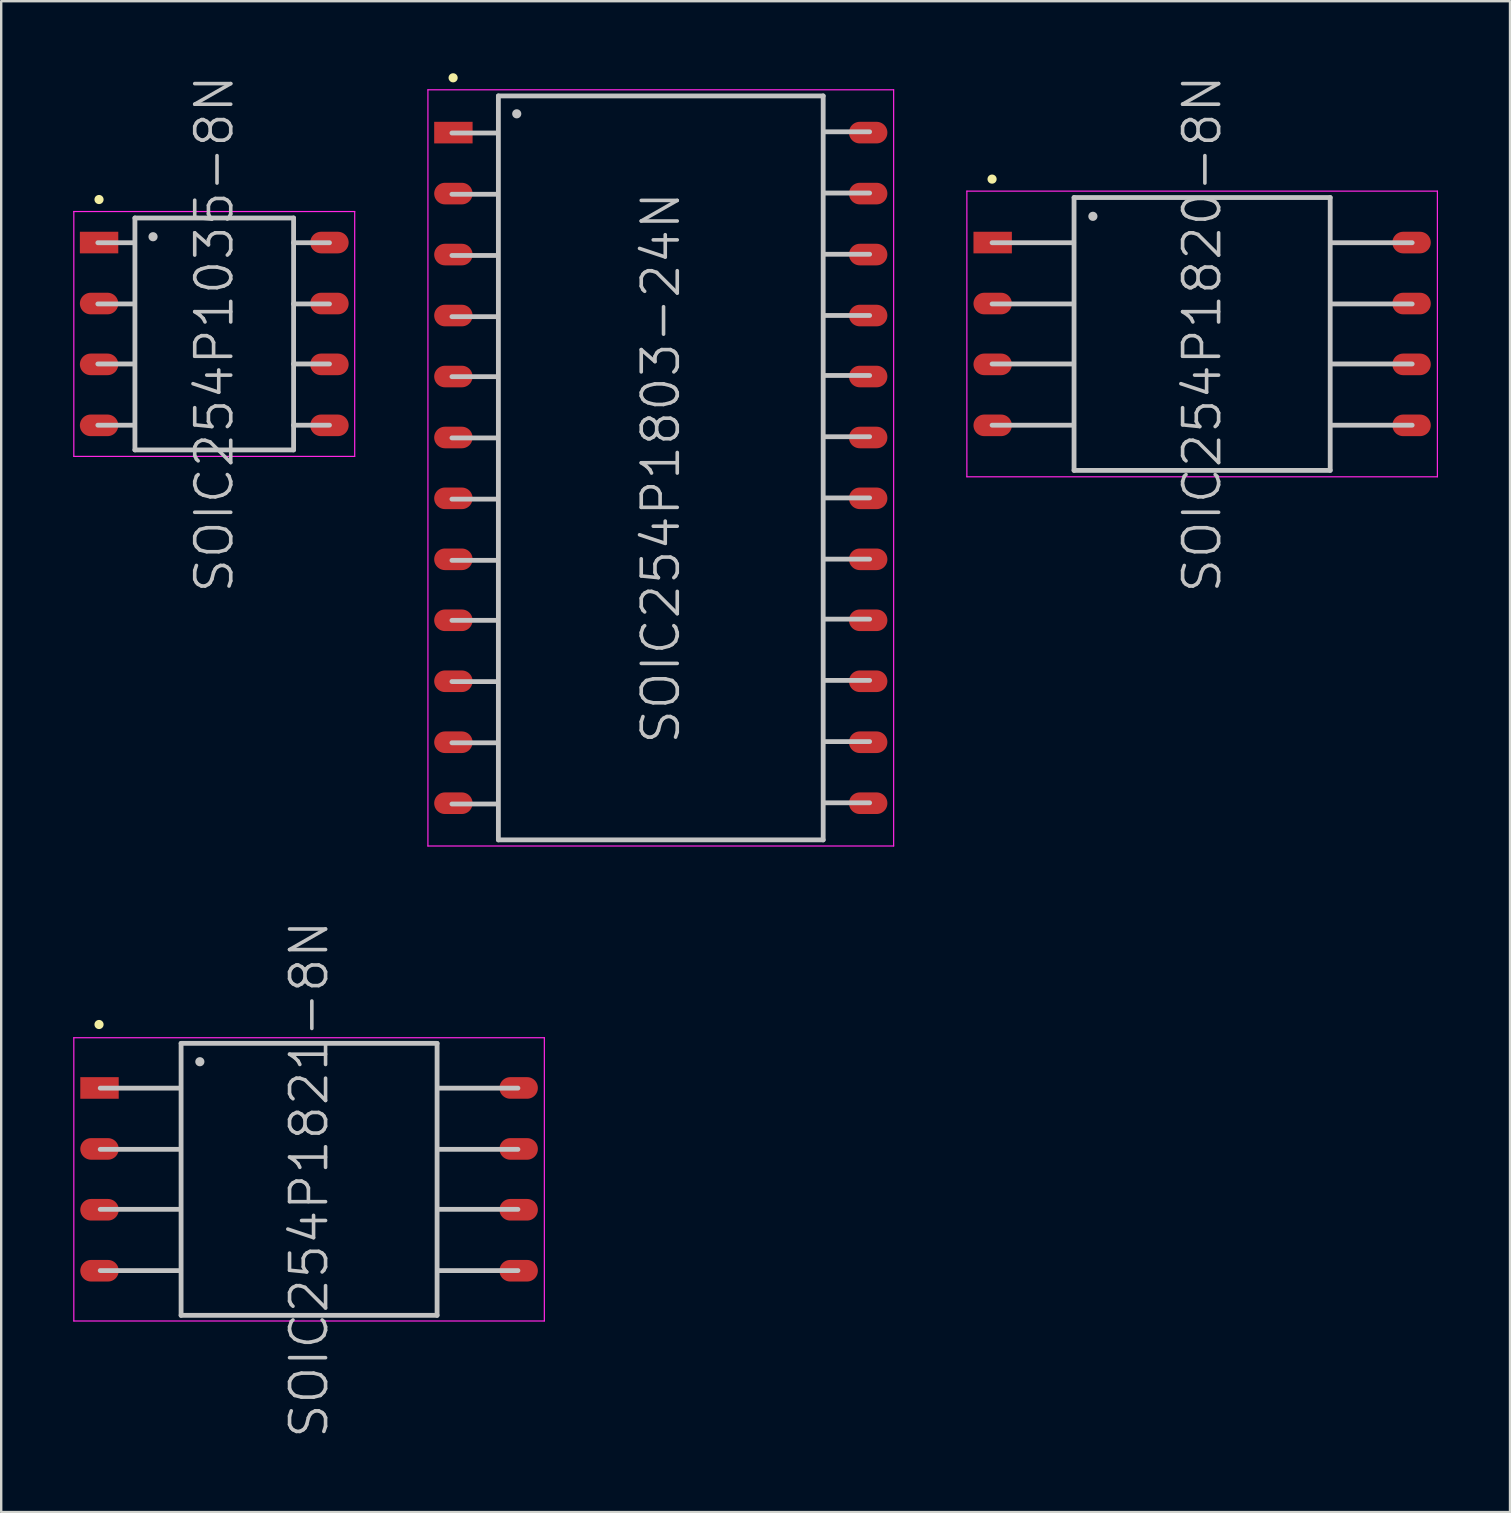
<source format=kicad_pcb>
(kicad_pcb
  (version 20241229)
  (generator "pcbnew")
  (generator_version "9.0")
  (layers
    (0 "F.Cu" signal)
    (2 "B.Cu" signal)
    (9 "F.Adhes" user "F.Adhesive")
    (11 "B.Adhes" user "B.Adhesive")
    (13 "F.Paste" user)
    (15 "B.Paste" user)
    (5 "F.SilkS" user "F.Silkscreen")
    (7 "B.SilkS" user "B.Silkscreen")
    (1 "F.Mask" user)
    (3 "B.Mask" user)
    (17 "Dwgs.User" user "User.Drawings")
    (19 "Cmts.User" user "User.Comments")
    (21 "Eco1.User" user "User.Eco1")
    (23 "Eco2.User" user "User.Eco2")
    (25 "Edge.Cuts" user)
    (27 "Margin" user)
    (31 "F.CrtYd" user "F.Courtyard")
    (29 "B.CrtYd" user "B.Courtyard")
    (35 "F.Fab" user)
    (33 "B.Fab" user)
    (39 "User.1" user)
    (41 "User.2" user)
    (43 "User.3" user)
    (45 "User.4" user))
  (footprint "SOIC254P1803-24N"
    (layer "F.Cu")
    (at 24.475 16.441)
    (property "Reference" "SOIC254P1803-24N" (at 0 0 90) (layer "Dwgs.User") (effects (font (size 1.5 1.5) (thickness 0.15))))
    (attr smd)
    (fp_line (start -8.65 -16.25) (end -8.65 -16.25) (stroke (width 0.381) (type solid)) (layer "F.SilkS"))
    (fp_line (start -8.7 -13.95) (end -6.8 -13.95) (stroke (width 0.2) (type solid)) (layer "Dwgs.User"))
    (fp_line (start -8.7 -11.4) (end -6.8 -11.4) (stroke (width 0.2) (type solid)) (layer "Dwgs.User"))
    (fp_line (start -8.7 -8.85) (end -6.8 -8.85) (stroke (width 0.2) (type solid)) (layer "Dwgs.User"))
    (fp_line (start -8.7 -6.3) (end -6.8 -6.3) (stroke (width 0.2) (type solid)) (layer "Dwgs.User"))
    (fp_line (start -8.7 -3.8) (end -6.8 -3.8) (stroke (width 0.2) (type solid)) (layer "Dwgs.User"))
    (fp_line (start -8.7 -1.25) (end -6.8 -1.25) (stroke (width 0.2) (type solid)) (layer "Dwgs.User"))
    (fp_line (start -8.7 1.3) (end -6.8 1.3) (stroke (width 0.2) (type solid)) (layer "Dwgs.User"))
    (fp_line (start -8.7 3.85) (end -6.8 3.85) (stroke (width 0.2) (type solid)) (layer "Dwgs.User"))
    (fp_line (start -8.7 6.35) (end -6.8 6.35) (stroke (width 0.2) (type solid)) (layer "Dwgs.User"))
    (fp_line (start -8.7 8.9) (end -6.8 8.9) (stroke (width 0.2) (type solid)) (layer "Dwgs.User"))
    (fp_line (start -8.7 11.45) (end -6.8 11.45) (stroke (width 0.2) (type solid)) (layer "Dwgs.User"))
    (fp_line (start -8.7 14) (end -6.8 14) (stroke (width 0.2) (type solid)) (layer "Dwgs.User"))
    (fp_line (start -6.765 -15.495) (end -6.765 15.495) (stroke (width 0.2) (type solid)) (layer "Dwgs.User"))
    (fp_line (start -6.765 -15.495) (end 6.765 -15.495) (stroke (width 0.2) (type solid)) (layer "Dwgs.User"))
    (fp_line (start -6.765 15.495) (end 6.765 15.495) (stroke (width 0.2) (type solid)) (layer "Dwgs.User"))
    (fp_line (start -6 -14.75) (end -6 -14.75) (stroke (width 0.381) (type solid)) (layer "Dwgs.User"))
    (fp_line (start 6.765 -15.495) (end 6.765 15.495) (stroke (width 0.2) (type solid)) (layer "Dwgs.User"))
    (fp_line (start 6.8 -14) (end 8.7 -14) (stroke (width 0.2) (type solid)) (layer "Dwgs.User"))
    (fp_line (start 6.8 -11.45) (end 8.7 -11.45) (stroke (width 0.2) (type solid)) (layer "Dwgs.User"))
    (fp_line (start 6.8 -8.9) (end 8.7 -8.9) (stroke (width 0.2) (type solid)) (layer "Dwgs.User"))
    (fp_line (start 6.8 -6.35) (end 8.7 -6.35) (stroke (width 0.2) (type solid)) (layer "Dwgs.User"))
    (fp_line (start 6.8 -3.85) (end 8.7 -3.85) (stroke (width 0.2) (type solid)) (layer "Dwgs.User"))
    (fp_line (start 6.8 -1.3) (end 8.7 -1.3) (stroke (width 0.2) (type solid)) (layer "Dwgs.User"))
    (fp_line (start 6.8 1.25) (end 8.7 1.25) (stroke (width 0.2) (type solid)) (layer "Dwgs.User"))
    (fp_line (start 6.8 3.8) (end 8.7 3.8) (stroke (width 0.2) (type solid)) (layer "Dwgs.User"))
    (fp_line (start 6.8 6.3) (end 8.7 6.3) (stroke (width 0.2) (type solid)) (layer "Dwgs.User"))
    (fp_line (start 6.8 8.85) (end 8.7 8.85) (stroke (width 0.2) (type solid)) (layer "Dwgs.User"))
    (fp_line (start 6.8 11.4) (end 8.7 11.4) (stroke (width 0.2) (type solid)) (layer "Dwgs.User"))
    (fp_line (start 6.8 13.95) (end 8.7 13.95) (stroke (width 0.2) (type solid)) (layer "Dwgs.User"))
    (fp_line (start -9.7 -15.75) (end -9.7 15.75) (stroke (width 0.05) (type solid)) (layer "F.CrtYd"))
    (fp_line (start -9.7 -15.75) (end 9.7 -15.75) (stroke (width 0.05) (type solid)) (layer "F.CrtYd"))
    (fp_line (start -9.7 15.75) (end 9.7 15.75) (stroke (width 0.05) (type solid)) (layer "F.CrtYd"))
    (fp_line (start 9.7 -15.75) (end 9.7 15.75) (stroke (width 0.05) (type solid)) (layer "F.CrtYd"))
    (pad "1" smd rect (at -8.639 -13.967 180) (size 1.6 0.9) (layers "F.Cu" "F.Mask" "F.Paste"))
    (pad "2" smd oval (at -8.639 -11.427 180) (size 1.6 0.9) (layers "F.Cu" "F.Mask" "F.Paste"))
    (pad "3" smd oval (at -8.639 -8.887 180) (size 1.6 0.9) (layers "F.Cu" "F.Mask" "F.Paste"))
    (pad "4" smd oval (at -8.639 -6.347 180) (size 1.6 0.9) (layers "F.Cu" "F.Mask" "F.Paste"))
    (pad "5" smd oval (at -8.639 -3.807 180) (size 1.6 0.9) (layers "F.Cu" "F.Mask" "F.Paste"))
    (pad "6" smd oval (at -8.639 -1.267 180) (size 1.6 0.9) (layers "F.Cu" "F.Mask" "F.Paste"))
    (pad "7" smd oval (at -8.639 1.267 180) (size 1.6 0.9) (layers "F.Cu" "F.Mask" "F.Paste"))
    (pad "8" smd oval (at -8.639 3.807 180) (size 1.6 0.9) (layers "F.Cu" "F.Mask" "F.Paste"))
    (pad "9" smd oval (at -8.639 6.347 180) (size 1.6 0.9) (layers "F.Cu" "F.Mask" "F.Paste"))
    (pad "10" smd oval (at -8.639 8.887 180) (size 1.6 0.9) (layers "F.Cu" "F.Mask" "F.Paste"))
    (pad "11" smd oval (at -8.639 11.427 180) (size 1.6 0.9) (layers "F.Cu" "F.Mask" "F.Paste"))
    (pad "12" smd oval (at -8.639 13.967 180) (size 1.6 0.9) (layers "F.Cu" "F.Mask" "F.Paste"))
    (pad "13" smd oval (at 8.639 13.967) (size 1.6 0.9) (layers "F.Cu" "F.Mask" "F.Paste"))
    (pad "14" smd oval (at 8.639 11.427) (size 1.6 0.9) (layers "F.Cu" "F.Mask" "F.Paste"))
    (pad "15" smd oval (at 8.639 8.887) (size 1.6 0.9) (layers "F.Cu" "F.Mask" "F.Paste"))
    (pad "16" smd oval (at 8.639 6.347) (size 1.6 0.9) (layers "F.Cu" "F.Mask" "F.Paste"))
    (pad "17" smd oval (at 8.639 3.807) (size 1.6 0.9) (layers "F.Cu" "F.Mask" "F.Paste"))
    (pad "18" smd oval (at 8.639 1.267) (size 1.6 0.9) (layers "F.Cu" "F.Mask" "F.Paste"))
    (pad "19" smd oval (at 8.639 -1.267) (size 1.6 0.9) (layers "F.Cu" "F.Mask" "F.Paste"))
    (pad "20" smd oval (at 8.639 -3.807) (size 1.6 0.9) (layers "F.Cu" "F.Mask" "F.Paste"))
    (pad "21" smd oval (at 8.639 -6.347) (size 1.6 0.9) (layers "F.Cu" "F.Mask" "F.Paste"))
    (pad "22" smd oval (at 8.639 -8.887) (size 1.6 0.9) (layers "F.Cu" "F.Mask" "F.Paste"))
    (pad "23" smd oval (at 8.639 -11.427) (size 1.6 0.9) (layers "F.Cu" "F.Mask" "F.Paste"))
    (pad "24" smd oval (at 8.639 -13.967) (size 1.6 0.9) (layers "F.Cu" "F.Mask" "F.Paste")))
  (footprint "SOIC254P1820-8N"
    (layer "F.Cu")
    (at 47.025 10.861)
    (property "Reference" "SOIC254P1820-8N" (at 0 0 90) (layer "Dwgs.User") (effects (font (size 1.5 1.5) (thickness 0.15))))
    (attr smd)
    (fp_line (start -8.75 -6.45) (end -8.75 -6.45) (stroke (width 0.381) (type solid)) (layer "F.SilkS"))
    (fp_line (start -8.75 -3.8) (end -5.35 -3.8) (stroke (width 0.2) (type solid)) (layer "Dwgs.User"))
    (fp_line (start -8.75 -1.25) (end -5.35 -1.25) (stroke (width 0.2) (type solid)) (layer "Dwgs.User"))
    (fp_line (start -8.75 1.25) (end -5.35 1.25) (stroke (width 0.2) (type solid)) (layer "Dwgs.User"))
    (fp_line (start -8.75 3.8) (end -5.35 3.8) (stroke (width 0.2) (type solid)) (layer "Dwgs.User"))
    (fp_line (start -5.335 -5.683) (end -5.335 5.683) (stroke (width 0.2) (type solid)) (layer "Dwgs.User"))
    (fp_line (start -5.335 -5.683) (end 5.335 -5.683) (stroke (width 0.2) (type solid)) (layer "Dwgs.User"))
    (fp_line (start -5.335 5.683) (end 5.335 5.683) (stroke (width 0.2) (type solid)) (layer "Dwgs.User"))
    (fp_line (start -4.55 -4.9) (end -4.55 -4.9) (stroke (width 0.381) (type solid)) (layer "Dwgs.User"))
    (fp_line (start 5.335 -5.683) (end 5.335 5.683) (stroke (width 0.2) (type solid)) (layer "Dwgs.User"))
    (fp_line (start 5.35 -3.8) (end 8.75 -3.8) (stroke (width 0.2) (type solid)) (layer "Dwgs.User"))
    (fp_line (start 5.35 -1.25) (end 8.75 -1.25) (stroke (width 0.2) (type solid)) (layer "Dwgs.User"))
    (fp_line (start 5.35 1.25) (end 8.75 1.25) (stroke (width 0.2) (type solid)) (layer "Dwgs.User"))
    (fp_line (start 5.35 3.8) (end 8.75 3.8) (stroke (width 0.2) (type solid)) (layer "Dwgs.User"))
    (fp_line (start -9.8 -5.95) (end -9.8 5.95) (stroke (width 0.05) (type solid)) (layer "F.CrtYd"))
    (fp_line (start -9.8 -5.95) (end 9.8 -5.95) (stroke (width 0.05) (type solid)) (layer "F.CrtYd"))
    (fp_line (start -9.8 5.95) (end 9.8 5.95) (stroke (width 0.05) (type solid)) (layer "F.CrtYd"))
    (fp_line (start 9.8 -5.95) (end 9.8 5.95) (stroke (width 0.05) (type solid)) (layer "F.CrtYd"))
    (pad "1" smd rect (at -8.725 -3.807 180) (size 1.6 0.9) (layers "F.Cu" "F.Mask" "F.Paste"))
    (pad "2" smd oval (at -8.725 -1.267 180) (size 1.6 0.9) (layers "F.Cu" "F.Mask" "F.Paste"))
    (pad "3" smd oval (at -8.725 1.267 180) (size 1.6 0.9) (layers "F.Cu" "F.Mask" "F.Paste"))
    (pad "4" smd oval (at -8.725 3.807 180) (size 1.6 0.9) (layers "F.Cu" "F.Mask" "F.Paste"))
    (pad "5" smd oval (at 8.725 3.807) (size 1.6 0.9) (layers "F.Cu" "F.Mask" "F.Paste"))
    (pad "6" smd oval (at 8.725 1.267) (size 1.6 0.9) (layers "F.Cu" "F.Mask" "F.Paste"))
    (pad "7" smd oval (at 8.725 -1.267) (size 1.6 0.9) (layers "F.Cu" "F.Mask" "F.Paste"))
    (pad "8" smd oval (at 8.725 -3.807) (size 1.6 0.9) (layers "F.Cu" "F.Mask" "F.Paste")))
  (footprint "SOIC254P1035-8N"
    (layer "F.Cu")
    (at 5.875 10.861)
    (property "Reference" "SOIC254P1035-8N" (at 0 0 90) (layer "Dwgs.User") (effects (font (size 1.5 1.5) (thickness 0.15))))
    (attr smd)
    (fp_line (start -4.8 -5.6) (end -4.8 -5.6) (stroke (width 0.381) (type solid)) (layer "F.SilkS"))
    (fp_line (start -4.85 -3.8) (end -3.35 -3.8) (stroke (width 0.2) (type solid)) (layer "Dwgs.User"))
    (fp_line (start -4.85 -1.25) (end -3.35 -1.25) (stroke (width 0.2) (type solid)) (layer "Dwgs.User"))
    (fp_line (start -4.85 1.25) (end -3.35 1.25) (stroke (width 0.2) (type solid)) (layer "Dwgs.User"))
    (fp_line (start -4.85 3.8) (end -3.35 3.8) (stroke (width 0.2) (type solid)) (layer "Dwgs.User"))
    (fp_line (start -3.305 -4.83) (end -3.305 4.83) (stroke (width 0.2) (type solid)) (layer "Dwgs.User"))
    (fp_line (start -3.305 -4.83) (end 3.305 -4.83) (stroke (width 0.2) (type solid)) (layer "Dwgs.User"))
    (fp_line (start -3.305 4.83) (end 3.305 4.83) (stroke (width 0.2) (type solid)) (layer "Dwgs.User"))
    (fp_line (start -2.55 -4.05) (end -2.55 -4.05) (stroke (width 0.381) (type solid)) (layer "Dwgs.User"))
    (fp_line (start 3.3 -3.8) (end 4.8 -3.8) (stroke (width 0.2) (type solid)) (layer "Dwgs.User"))
    (fp_line (start 3.3 -1.25) (end 4.8 -1.25) (stroke (width 0.2) (type solid)) (layer "Dwgs.User"))
    (fp_line (start 3.3 1.25) (end 4.8 1.25) (stroke (width 0.2) (type solid)) (layer "Dwgs.User"))
    (fp_line (start 3.3 3.8) (end 4.8 3.8) (stroke (width 0.2) (type solid)) (layer "Dwgs.User"))
    (fp_line (start 3.305 -4.83) (end 3.305 4.83) (stroke (width 0.2) (type solid)) (layer "Dwgs.User"))
    (fp_line (start -5.85 -5.1) (end -5.85 5.1) (stroke (width 0.05) (type solid)) (layer "F.CrtYd"))
    (fp_line (start -5.85 -5.1) (end 5.85 -5.1) (stroke (width 0.05) (type solid)) (layer "F.CrtYd"))
    (fp_line (start -5.85 5.1) (end 5.85 5.1) (stroke (width 0.05) (type solid)) (layer "F.CrtYd"))
    (fp_line (start 5.85 -5.1) (end 5.85 5.1) (stroke (width 0.05) (type solid)) (layer "F.CrtYd"))
    (pad "1" smd rect (at -4.798 -3.807 180) (size 1.6 0.9) (layers "F.Cu" "F.Mask" "F.Paste"))
    (pad "2" smd oval (at -4.798 -1.267 180) (size 1.6 0.9) (layers "F.Cu" "F.Mask" "F.Paste"))
    (pad "3" smd oval (at -4.798 1.267 180) (size 1.6 0.9) (layers "F.Cu" "F.Mask" "F.Paste"))
    (pad "4" smd oval (at -4.798 3.807 180) (size 1.6 0.9) (layers "F.Cu" "F.Mask" "F.Paste"))
    (pad "5" smd oval (at 4.798 3.807) (size 1.6 0.9) (layers "F.Cu" "F.Mask" "F.Paste"))
    (pad "6" smd oval (at 4.798 1.267) (size 1.6 0.9) (layers "F.Cu" "F.Mask" "F.Paste"))
    (pad "7" smd oval (at 4.798 -1.267) (size 1.6 0.9) (layers "F.Cu" "F.Mask" "F.Paste"))
    (pad "8" smd oval (at 4.798 -3.807) (size 1.6 0.9) (layers "F.Cu" "F.Mask" "F.Paste")))
  (footprint "SOIC254P1821-8N"
    (layer "F.Cu")
    (at 9.825 46.076)
    (property "Reference" "SOIC254P1821-8N" (at 0 0 90) (layer "Dwgs.User") (effects (font (size 1.5 1.5) (thickness 0.15))))
    (attr smd)
    (fp_line (start -8.75 -6.45) (end -8.75 -6.45) (stroke (width 0.381) (type solid)) (layer "F.SilkS"))
    (fp_line (start -8.7 -3.8) (end -5.35 -3.8) (stroke (width 0.2) (type solid)) (layer "Dwgs.User"))
    (fp_line (start -8.7 -1.25) (end -5.35 -1.25) (stroke (width 0.2) (type solid)) (layer "Dwgs.User"))
    (fp_line (start -8.7 1.25) (end -5.35 1.25) (stroke (width 0.2) (type solid)) (layer "Dwgs.User"))
    (fp_line (start -8.7 3.8) (end -5.35 3.8) (stroke (width 0.2) (type solid)) (layer "Dwgs.User"))
    (fp_line (start -5.332 -5.665) (end -5.332 5.665) (stroke (width 0.2) (type solid)) (layer "Dwgs.User"))
    (fp_line (start -5.332 -5.665) (end 5.332 -5.665) (stroke (width 0.2) (type solid)) (layer "Dwgs.User"))
    (fp_line (start -5.332 5.665) (end 5.332 5.665) (stroke (width 0.2) (type solid)) (layer "Dwgs.User"))
    (fp_line (start -4.55 -4.9) (end -4.55 -4.9) (stroke (width 0.381) (type solid)) (layer "Dwgs.User"))
    (fp_line (start 5.332 -5.665) (end 5.332 5.665) (stroke (width 0.2) (type solid)) (layer "Dwgs.User"))
    (fp_line (start 5.35 -3.8) (end 8.7 -3.8) (stroke (width 0.2) (type solid)) (layer "Dwgs.User"))
    (fp_line (start 5.35 -1.25) (end 8.7 -1.25) (stroke (width 0.2) (type solid)) (layer "Dwgs.User"))
    (fp_line (start 5.35 1.25) (end 8.7 1.25) (stroke (width 0.2) (type solid)) (layer "Dwgs.User"))
    (fp_line (start 5.35 3.8) (end 8.7 3.8) (stroke (width 0.2) (type solid)) (layer "Dwgs.User"))
    (fp_line (start -9.8 -5.9) (end -9.8 5.9) (stroke (width 0.05) (type solid)) (layer "F.CrtYd"))
    (fp_line (start -9.8 -5.9) (end 9.8 -5.9) (stroke (width 0.05) (type solid)) (layer "F.CrtYd"))
    (fp_line (start -9.8 5.9) (end 9.8 5.9) (stroke (width 0.05) (type solid)) (layer "F.CrtYd"))
    (fp_line (start 9.8 -5.9) (end 9.8 5.9) (stroke (width 0.05) (type solid)) (layer "F.CrtYd"))
    (pad "1" smd rect (at -8.73 -3.807 180) (size 1.6 0.9) (layers "F.Cu" "F.Mask" "F.Paste"))
    (pad "2" smd oval (at -8.73 -1.267 180) (size 1.6 0.9) (layers "F.Cu" "F.Mask" "F.Paste"))
    (pad "3" smd oval (at -8.73 1.267 180) (size 1.6 0.9) (layers "F.Cu" "F.Mask" "F.Paste"))
    (pad "4" smd oval (at -8.73 3.807 180) (size 1.6 0.9) (layers "F.Cu" "F.Mask" "F.Paste"))
    (pad "5" smd oval (at 8.73 3.807) (size 1.6 0.9) (layers "F.Cu" "F.Mask" "F.Paste"))
    (pad "6" smd oval (at 8.73 1.267) (size 1.6 0.9) (layers "F.Cu" "F.Mask" "F.Paste"))
    (pad "7" smd oval (at 8.73 -1.267) (size 1.6 0.9) (layers "F.Cu" "F.Mask" "F.Paste"))
    (pad "8" smd oval (at 8.73 -3.807) (size 1.6 0.9) (layers "F.Cu" "F.Mask" "F.Paste")))
  (gr_rect
    (start -3 -3)
    (end 59.85 59.937)
    (stroke (width 0.1) (type default))
    (fill no)
    (layer "Edge.Cuts")))
</source>
